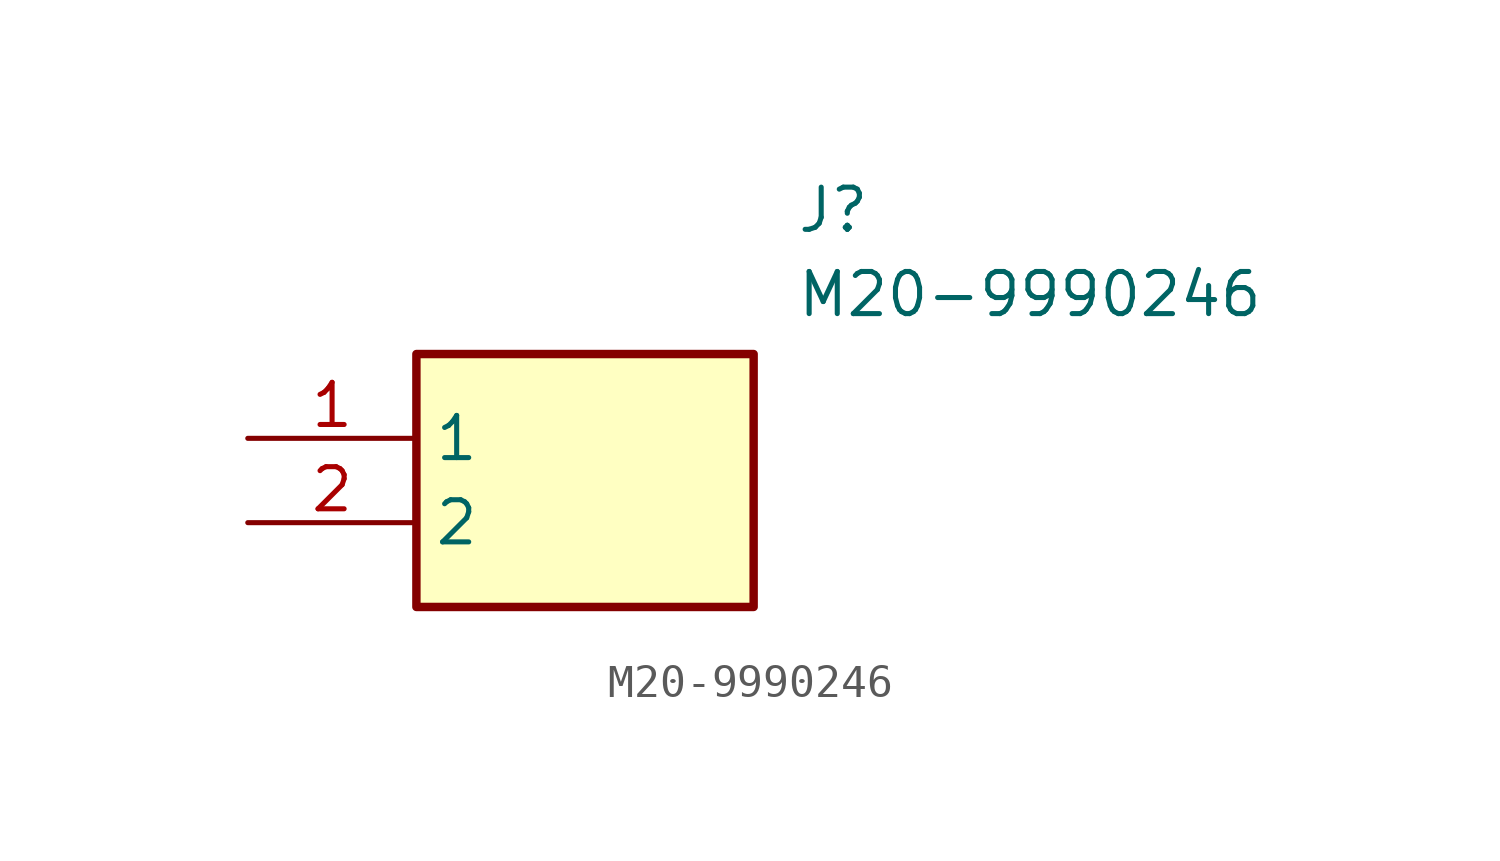
<source format=kicad_sym>
(kicad_symbol_lib
  (version 20220914)
  (generator kicad_symbol_editor)
  (symbol "M20-9990246"
    (property "Reference" "J"
      (at 16.51 7.62 0)
      (effects (font (size 1.27 1.27)) (justify left top)))
    (property "Value" "M20-9990246"
      (at 16.51 5.08 0)
      (effects (font (size 1.27 1.27)) (justify left top)))
    (symbol "M20-9990246_1_1"
      (rectangle (start 5.08 2.54) (end 15.24 -5.08) (stroke (width 0.254) (type default)) (fill (type background)))
      (pin passive line (at 0 0 0) (length 5.08) (name "1" (effects (font (size 1.27 1.27)))) (number "1" (effects (font (size 1.27 1.27)))))
      (pin passive line (at 0 -2.54 0) (length 5.08) (name "2" (effects (font (size 1.27 1.27)))) (number "2" (effects (font (size 1.27 1.27))))))))
</source>
